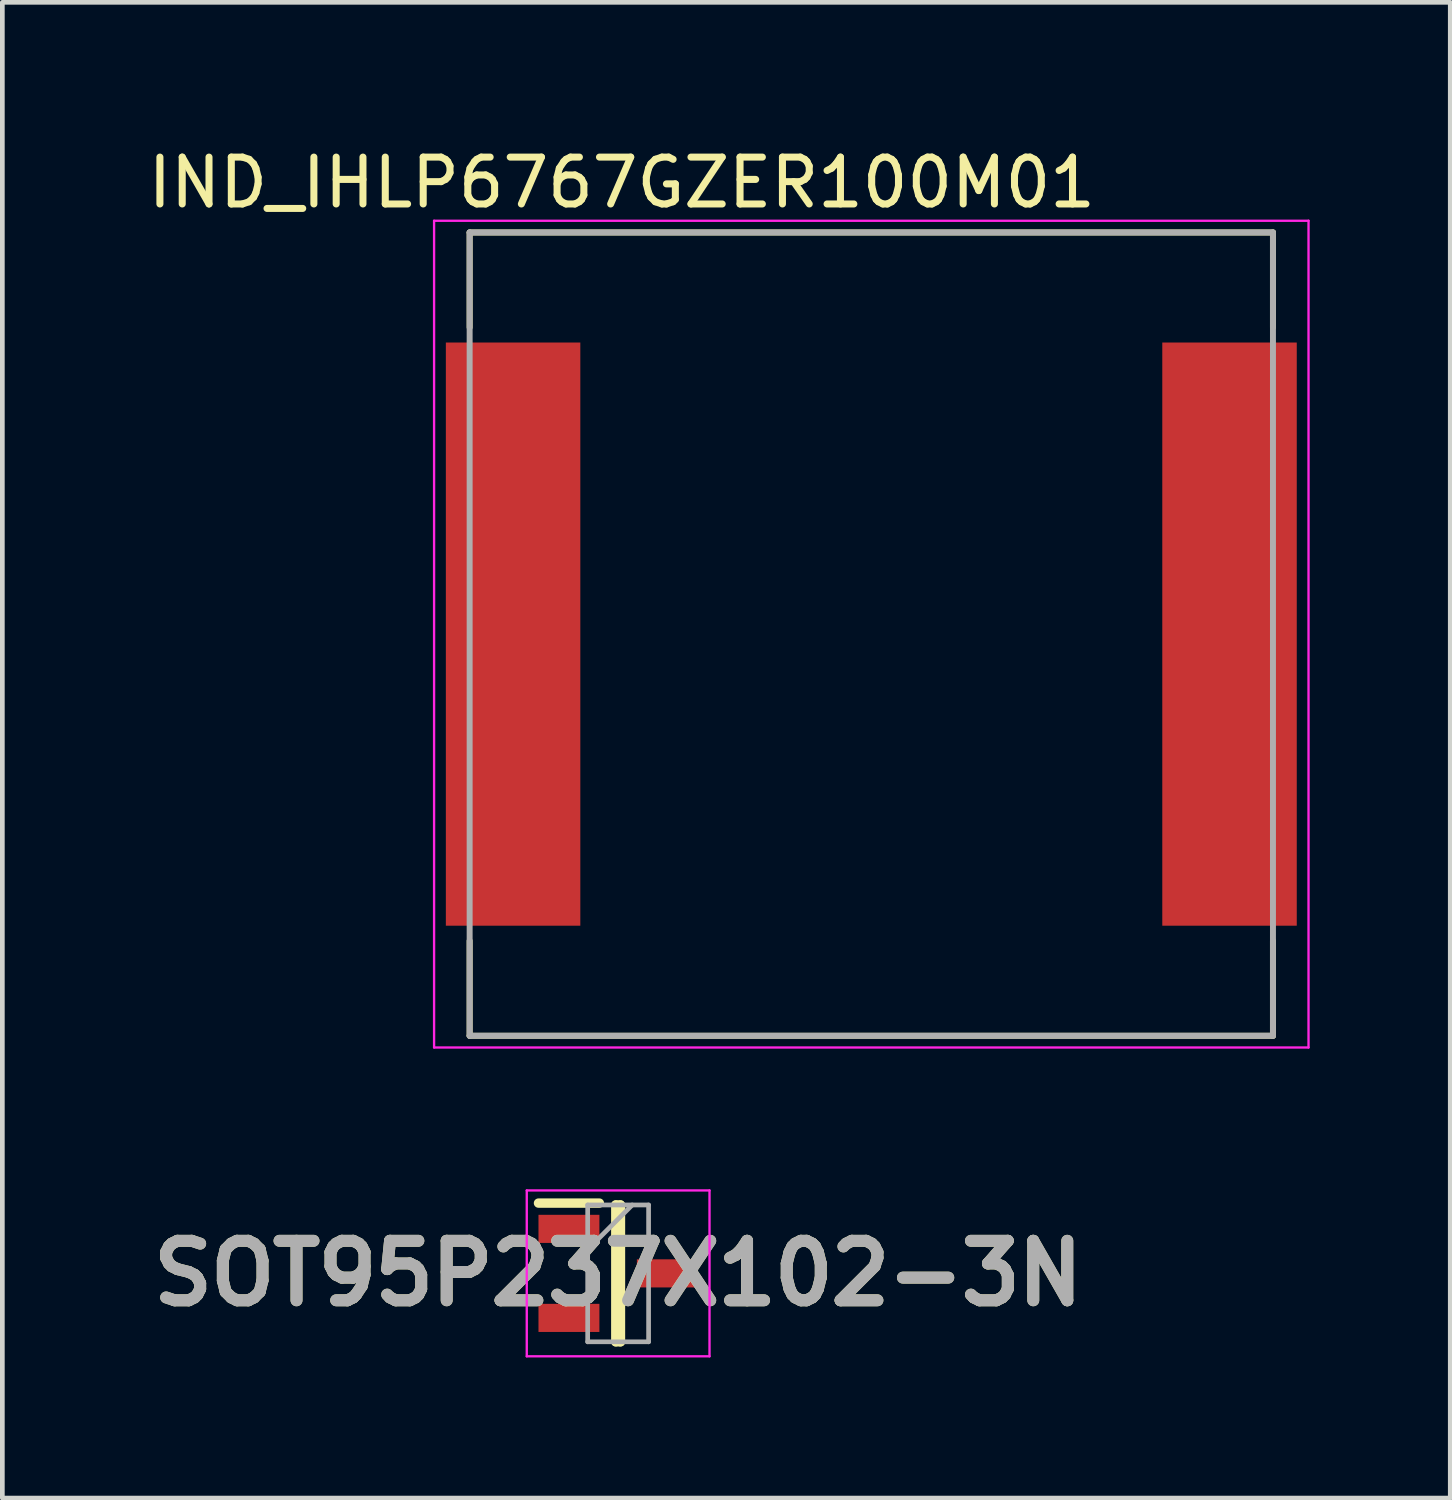
<source format=kicad_pcb>
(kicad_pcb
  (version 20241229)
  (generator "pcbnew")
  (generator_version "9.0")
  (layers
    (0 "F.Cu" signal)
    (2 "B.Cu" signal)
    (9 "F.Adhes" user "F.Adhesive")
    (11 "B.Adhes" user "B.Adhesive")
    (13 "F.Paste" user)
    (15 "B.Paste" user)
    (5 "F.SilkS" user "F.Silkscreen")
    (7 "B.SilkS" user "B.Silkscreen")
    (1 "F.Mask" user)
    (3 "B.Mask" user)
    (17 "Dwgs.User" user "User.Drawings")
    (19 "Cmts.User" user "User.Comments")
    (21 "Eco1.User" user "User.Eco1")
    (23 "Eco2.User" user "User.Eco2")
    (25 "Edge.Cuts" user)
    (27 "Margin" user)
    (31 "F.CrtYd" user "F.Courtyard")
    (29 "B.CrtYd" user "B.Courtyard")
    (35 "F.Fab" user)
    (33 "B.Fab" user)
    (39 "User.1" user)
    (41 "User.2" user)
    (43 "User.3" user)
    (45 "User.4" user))
  (footprint "IND_IHLP6767GZER100M01"
    (layer "F.Cu")
    (at 15.545 10.483)
    (property "Reference" "IND_IHLP6767GZER100M01" (at -5.325 -9.635 0) (layer "F.SilkS") (effects (font (size 1 1) (thickness 0.15))))
    (attr smd)
    (fp_line (start -8.572 -8.572) (end 8.572 -8.572) (stroke (width 0.127) (type solid)) (layer "F.SilkS"))
    (fp_line (start -8.572 -6.545) (end -8.572 -8.572) (stroke (width 0.127) (type solid)) (layer "F.SilkS"))
    (fp_line (start -8.572 8.572) (end -8.572 6.545) (stroke (width 0.127) (type solid)) (layer "F.SilkS"))
    (fp_line (start 8.572 -8.572) (end 8.572 -6.545) (stroke (width 0.127) (type solid)) (layer "F.SilkS"))
    (fp_line (start 8.572 6.545) (end 8.572 8.572) (stroke (width 0.127) (type solid)) (layer "F.SilkS"))
    (fp_line (start 8.572 8.572) (end -8.572 8.572) (stroke (width 0.127) (type solid)) (layer "F.SilkS"))
    (fp_line (start -9.331 -8.822) (end -9.331 8.822) (stroke (width 0.05) (type solid)) (layer "F.CrtYd"))
    (fp_line (start -9.331 8.822) (end 9.331 8.822) (stroke (width 0.05) (type solid)) (layer "F.CrtYd"))
    (fp_line (start 9.331 -8.822) (end -9.331 -8.822) (stroke (width 0.05) (type solid)) (layer "F.CrtYd"))
    (fp_line (start 9.331 8.822) (end 9.331 -8.822) (stroke (width 0.05) (type solid)) (layer "F.CrtYd"))
    (fp_line (start -8.572 -8.572) (end -8.572 8.572) (stroke (width 0.127) (type solid)) (layer "F.Fab"))
    (fp_line (start -8.572 8.572) (end 8.572 8.572) (stroke (width 0.127) (type solid)) (layer "F.Fab"))
    (fp_line (start 8.572 -8.572) (end -8.572 -8.572) (stroke (width 0.127) (type solid)) (layer "F.Fab"))
    (fp_line (start 8.572 8.572) (end 8.572 -8.572) (stroke (width 0.127) (type solid)) (layer "F.Fab"))
    (pad "1" smd rect (at -7.645 0) (size 2.87 12.446) (layers "F.Cu" "F.Mask" "F.Paste"))
    (pad "2" smd rect (at 7.645 0) (size 2.87 12.446) (layers "F.Cu" "F.Mask" "F.Paste")))
  (footprint "SOT95P237X102-3N"
    (layer "F.Cu")
    (at 10.142 24.126)
    (property "Reference" "SOT95P237X102-3N" (at 0 0 0) (layer "F.SilkS") (effects (font (size 1.27 1.27) (thickness 0.254))))
    (attr smd)
    (fp_line (start -1.7 -1.5) (end -0.4 -1.5) (stroke (width 0.2) (type solid)) (layer "F.SilkS"))
    (fp_line (start -0.05 -1.46) (end 0.05 -1.46) (stroke (width 0.2) (type solid)) (layer "F.SilkS"))
    (fp_line (start -0.05 1.46) (end -0.05 -1.46) (stroke (width 0.2) (type solid)) (layer "F.SilkS"))
    (fp_line (start 0.05 -1.46) (end 0.05 1.46) (stroke (width 0.2) (type solid)) (layer "F.SilkS"))
    (fp_line (start 0.05 1.46) (end -0.05 1.46) (stroke (width 0.2) (type solid)) (layer "F.SilkS"))
    (fp_line (start -1.95 -1.77) (end 1.95 -1.77) (stroke (width 0.05) (type solid)) (layer "F.CrtYd"))
    (fp_line (start -1.95 1.77) (end -1.95 -1.77) (stroke (width 0.05) (type solid)) (layer "F.CrtYd"))
    (fp_line (start 1.95 -1.77) (end 1.95 1.77) (stroke (width 0.05) (type solid)) (layer "F.CrtYd"))
    (fp_line (start 1.95 1.77) (end -1.95 1.77) (stroke (width 0.05) (type solid)) (layer "F.CrtYd"))
    (fp_line (start -0.65 -1.46) (end 0.65 -1.46) (stroke (width 0.1) (type solid)) (layer "F.Fab"))
    (fp_line (start -0.65 -0.51) (end 0.3 -1.46) (stroke (width 0.1) (type solid)) (layer "F.Fab"))
    (fp_line (start -0.65 1.46) (end -0.65 -1.46) (stroke (width 0.1) (type solid)) (layer "F.Fab"))
    (fp_line (start 0.65 -1.46) (end 0.65 1.46) (stroke (width 0.1) (type solid)) (layer "F.Fab"))
    (fp_line (start 0.65 1.46) (end -0.65 1.46) (stroke (width 0.1) (type solid)) (layer "F.Fab"))
    (fp_text user "${REFERENCE}" (at 0 0 0) (layer "F.Fab") (effects (font (size 1.27 1.27) (thickness 0.254))))
    (pad "1" smd rect (at -1.05 -0.95 90) (size 0.6 1.3) (layers "F.Cu" "F.Mask" "F.Paste"))
    (pad "2" smd rect (at -1.05 0.95 90) (size 0.6 1.3) (layers "F.Cu" "F.Mask" "F.Paste"))
    (pad "3" smd rect (at 1.05 0 90) (size 0.6 1.3) (layers "F.Cu" "F.Mask" "F.Paste")))
  (gr_rect
    (start -3 -3)
    (end 27.901 28.921)
    (stroke (width 0.1) (type default))
    (fill no)
    (layer "Edge.Cuts")))
</source>
